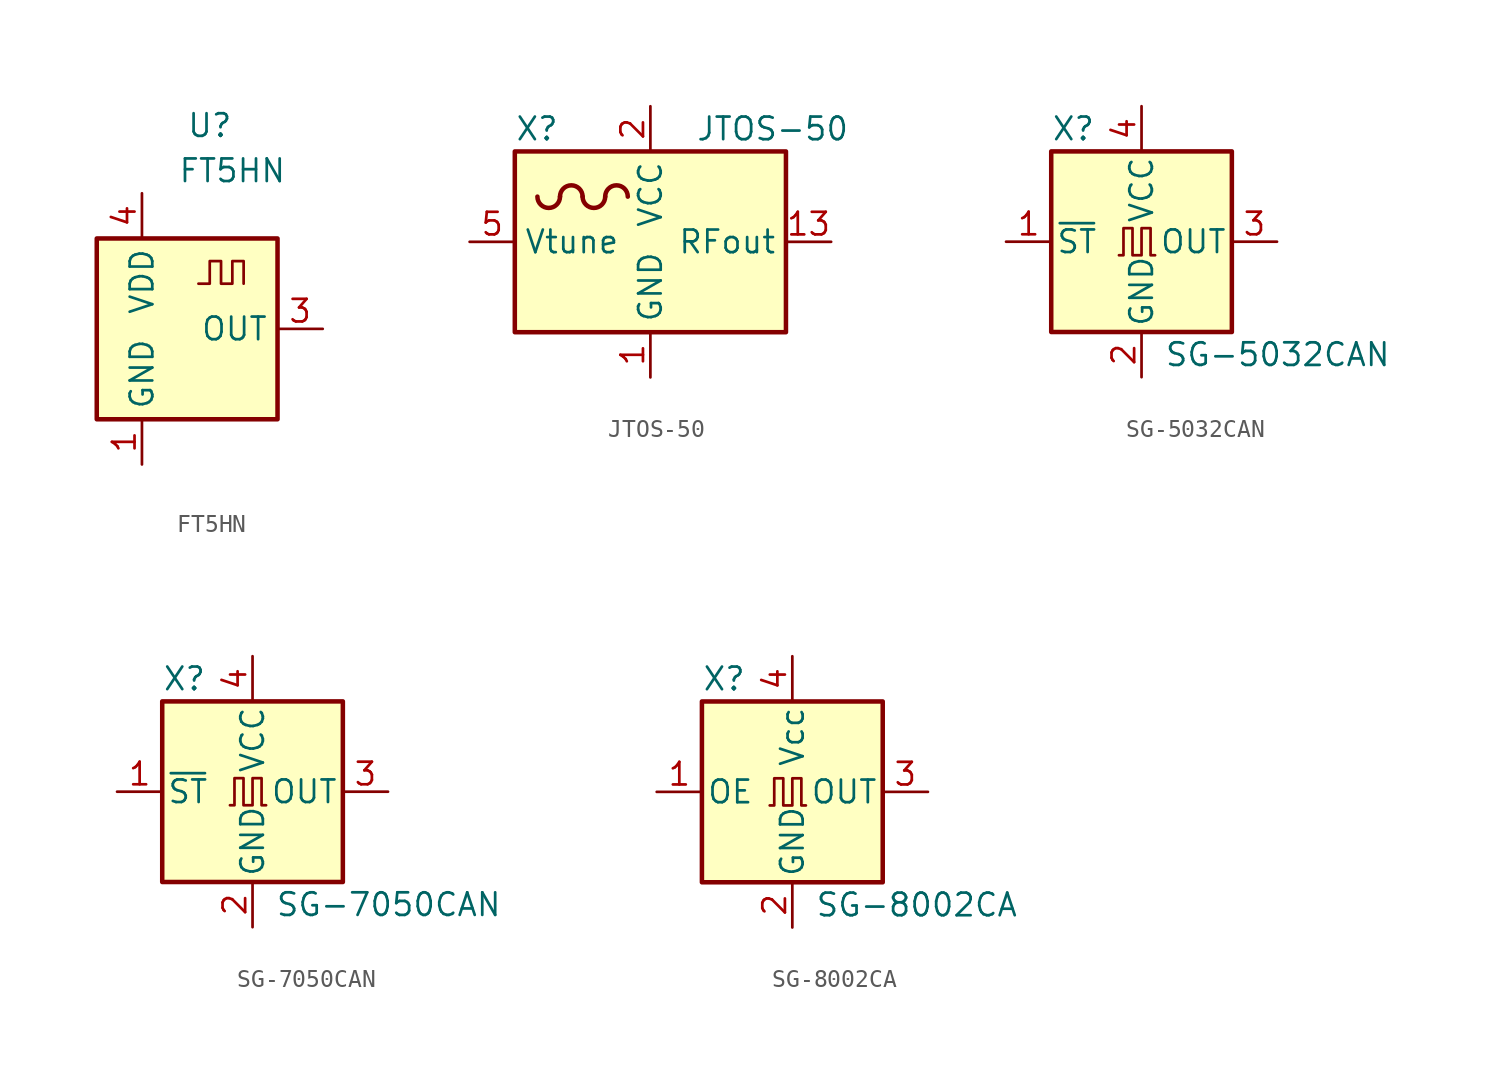
<source format=kicad_sym>
(kicad_symbol_lib
  (version 20201005)
  (generator kicad_symbol_editor)
  (symbol "Oscillator:FT5HN"
    (property "Reference" "U"
      (at 1.27 11.43 0)
      (effects (font (size 1.27 1.27))))
    (property "Value" "FT5HN"
      (at 2.54 8.89 0)
      (effects (font (size 1.27 1.27))))
    (symbol "FT5HN_0_1"
      (rectangle (start -5.08 5.08) (end 5.08 -5.08) (stroke (width 0.254)) (fill (type background)))
      (polyline (pts (xy 0.635 2.54) (xy 1.27 2.54) (xy 1.27 3.81) (xy 1.905 3.81) (xy 1.905 2.54) (xy 2.54 2.54) (xy 2.54 3.81) (xy 3.175 3.81) (xy 3.175 2.54)) (stroke (width 0)) (fill (type none))))
    (symbol "FT5HN_1_1"
      (pin power_in line (at -2.54 -7.62 90) (length 2.54) (name "GND" (effects (font (size 1.27 1.27)))) (number "1" (effects (font (size 1.27 1.27)))))
      (pin passive line (at -2.54 -7.62 90) (length 2.54) hide (name "GND" (effects (font (size 1.27 1.27)))) (number "2" (effects (font (size 1.27 1.27)))))
      (pin output line (at 7.62 0 180) (length 2.54) (name "OUT" (effects (font (size 1.27 1.27)))) (number "3" (effects (font (size 1.27 1.27)))))
      (pin power_in line (at -2.54 7.62 270) (length 2.54) (name "VDD" (effects (font (size 1.27 1.27)))) (number "4" (effects (font (size 1.27 1.27)))))))
  (symbol "Oscillator:JTOS-50"
    (property "Reference" "X"
      (at -7.62 6.35 0)
      (effects (font (size 1.27 1.27)) (justify left)))
    (property "Value" "JTOS-50"
      (at 2.54 6.35 0)
      (effects (font (size 1.27 1.27)) (justify left)))
    (symbol "JTOS-50_0_1"
      (arc (start -6.35 2.54) (end -5.08 2.54) (radius (at -5.715 2.54) (length 0.635) (angles -179.9 -0.1)) (stroke (width 0.254)) (fill (type none)))
      (arc (start -3.81 2.54) (end -5.08 2.54) (radius (at -4.445 2.54) (length 0.635) (angles 0.1 179.9)) (stroke (width 0.254)) (fill (type none)))
      (arc (start -3.81 2.54) (end -2.54 2.54) (radius (at -3.175 2.54) (length 0.635) (angles -179.9 -0.1)) (stroke (width 0.254)) (fill (type none)))
      (arc (start -1.27 2.54) (end -2.54 2.54) (radius (at -1.905 2.54) (length 0.635) (angles 0.1 179.9)) (stroke (width 0.254)) (fill (type none)))
      (rectangle (start -7.62 5.08) (end 7.62 -5.08) (stroke (width 0.254)) (fill (type background))))
    (symbol "JTOS-50_1_1"
      (pin power_in line (at 0 -7.62 90) (length 2.54) (name "GND" (effects (font (size 1.27 1.27)))) (number "1" (effects (font (size 1.27 1.27)))))
      (pin passive line (at 0 -7.62 90) (length 2.54) hide (name "GND" (effects (font (size 1.27 1.27)))) (number "10" (effects (font (size 1.27 1.27)))))
      (pin passive line (at 0 -7.62 90) (length 2.54) hide (name "GND" (effects (font (size 1.27 1.27)))) (number "11" (effects (font (size 1.27 1.27)))))
      (pin passive line (at 0 -7.62 90) (length 2.54) hide (name "GND" (effects (font (size 1.27 1.27)))) (number "12" (effects (font (size 1.27 1.27)))))
      (pin output line (at 10.16 0 180) (length 2.54) (name "RFout" (effects (font (size 1.27 1.27)))) (number "13" (effects (font (size 1.27 1.27)))))
      (pin passive line (at 0 -7.62 90) (length 2.54) hide (name "GND" (effects (font (size 1.27 1.27)))) (number "14" (effects (font (size 1.27 1.27)))))
      (pin power_in line (at 0 7.62 270) (length 2.54) (name "VCC" (effects (font (size 1.27 1.27)))) (number "2" (effects (font (size 1.27 1.27)))))
      (pin passive line (at 0 -7.62 90) (length 2.54) hide (name "GND" (effects (font (size 1.27 1.27)))) (number "3" (effects (font (size 1.27 1.27)))))
      (pin passive line (at 0 -7.62 90) (length 2.54) hide (name "GND" (effects (font (size 1.27 1.27)))) (number "4" (effects (font (size 1.27 1.27)))))
      (pin input line (at -10.16 0 0) (length 2.54) (name "Vtune" (effects (font (size 1.27 1.27)))) (number "5" (effects (font (size 1.27 1.27)))))
      (pin passive line (at 0 -7.62 90) (length 2.54) hide (name "GND" (effects (font (size 1.27 1.27)))) (number "6" (effects (font (size 1.27 1.27)))))
      (pin passive line (at 0 -7.62 90) (length 2.54) hide (name "GND" (effects (font (size 1.27 1.27)))) (number "7" (effects (font (size 1.27 1.27)))))
      (pin passive line (at 0 -7.62 90) (length 2.54) hide (name "GND" (effects (font (size 1.27 1.27)))) (number "8" (effects (font (size 1.27 1.27)))))
      (pin passive line (at 0 -7.62 90) (length 2.54) hide (name "GND" (effects (font (size 1.27 1.27)))) (number "9" (effects (font (size 1.27 1.27)))))))
  (symbol "Oscillator:SG-5032CAN"
    (pin_names
      (offset 0.254))
    (property "Reference" "X"
      (at -5.08 6.35 0)
      (effects (font (size 1.27 1.27)) (justify left)))
    (property "Value" "SG-5032CAN"
      (at 1.27 -6.35 0)
      (effects (font (size 1.27 1.27)) (justify left)))
    (symbol "SG-5032CAN_0_1"
      (rectangle (start -5.08 5.08) (end 5.08 -5.08) (stroke (width 0.254)) (fill (type background)))
      (polyline (pts (xy -1.27 -0.762) (xy -1.016 -0.762) (xy -1.016 0.762) (xy -0.508 0.762) (xy -0.508 -0.762) (xy 0 -0.762) (xy 0 0.762) (xy 0.508 0.762) (xy 0.508 -0.762) (xy 0.762 -0.762)) (stroke (width 0)) (fill (type none))))
    (symbol "SG-5032CAN_1_1"
      (pin input line (at -7.62 0 0) (length 2.54) (name "~ST" (effects (font (size 1.27 1.27)))) (number "1" (effects (font (size 1.27 1.27)))))
      (pin power_in line (at 0 -7.62 90) (length 2.54) (name "GND" (effects (font (size 1.27 1.27)))) (number "2" (effects (font (size 1.27 1.27)))))
      (pin output line (at 7.62 0 180) (length 2.54) (name "OUT" (effects (font (size 1.27 1.27)))) (number "3" (effects (font (size 1.27 1.27)))))
      (pin power_in line (at 0 7.62 270) (length 2.54) (name "VCC" (effects (font (size 1.27 1.27)))) (number "4" (effects (font (size 1.27 1.27)))))))
  (symbol "Oscillator:SG-7050CAN"
    (pin_names
      (offset 0.254))
    (property "Reference" "X"
      (at -5.08 6.35 0)
      (effects (font (size 1.27 1.27)) (justify left)))
    (property "Value" "SG-7050CAN"
      (at 1.27 -6.35 0)
      (effects (font (size 1.27 1.27)) (justify left)))
    (symbol "SG-7050CAN_0_1"
      (rectangle (start -5.08 5.08) (end 5.08 -5.08) (stroke (width 0.254)) (fill (type background)))
      (polyline (pts (xy -1.27 -0.762) (xy -1.016 -0.762) (xy -1.016 0.762) (xy -0.508 0.762) (xy -0.508 -0.762) (xy 0 -0.762) (xy 0 0.762) (xy 0.508 0.762) (xy 0.508 -0.762) (xy 0.762 -0.762)) (stroke (width 0)) (fill (type none))))
    (symbol "SG-7050CAN_1_1"
      (pin input line (at -7.62 0 0) (length 2.54) (name "~ST" (effects (font (size 1.27 1.27)))) (number "1" (effects (font (size 1.27 1.27)))))
      (pin power_in line (at 0 -7.62 90) (length 2.54) (name "GND" (effects (font (size 1.27 1.27)))) (number "2" (effects (font (size 1.27 1.27)))))
      (pin output line (at 7.62 0 180) (length 2.54) (name "OUT" (effects (font (size 1.27 1.27)))) (number "3" (effects (font (size 1.27 1.27)))))
      (pin power_in line (at 0 7.62 270) (length 2.54) (name "VCC" (effects (font (size 1.27 1.27)))) (number "4" (effects (font (size 1.27 1.27)))))))
  (symbol "Oscillator:SG-8002CA"
    (pin_names
      (offset 0.254))
    (property "Reference" "X"
      (at -5.08 6.35 0)
      (effects (font (size 1.27 1.27)) (justify left)))
    (property "Value" "SG-8002CA"
      (at 1.27 -6.35 0)
      (effects (font (size 1.27 1.27)) (justify left)))
    (symbol "SG-8002CA_0_1"
      (rectangle (start -5.08 5.08) (end 5.08 -5.08) (stroke (width 0.254)) (fill (type background)))
      (polyline (pts (xy -1.27 -0.762) (xy -1.016 -0.762) (xy -1.016 0.762) (xy -0.508 0.762) (xy -0.508 -0.762) (xy 0 -0.762) (xy 0 0.762) (xy 0.508 0.762) (xy 0.508 -0.762) (xy 0.762 -0.762)) (stroke (width 0)) (fill (type none))))
    (symbol "SG-8002CA_1_1"
      (pin input line (at -7.62 0 0) (length 2.54) (name "OE" (effects (font (size 1.27 1.27)))) (number "1" (effects (font (size 1.27 1.27)))))
      (pin power_in line (at 0 -7.62 90) (length 2.54) (name "GND" (effects (font (size 1.27 1.27)))) (number "2" (effects (font (size 1.27 1.27)))))
      (pin output line (at 7.62 0 180) (length 2.54) (name "OUT" (effects (font (size 1.27 1.27)))) (number "3" (effects (font (size 1.27 1.27)))))
      (pin power_in line (at 0 7.62 270) (length 2.54) (name "Vcc" (effects (font (size 1.27 1.27)))) (number "4" (effects (font (size 1.27 1.27))))))))
</source>
